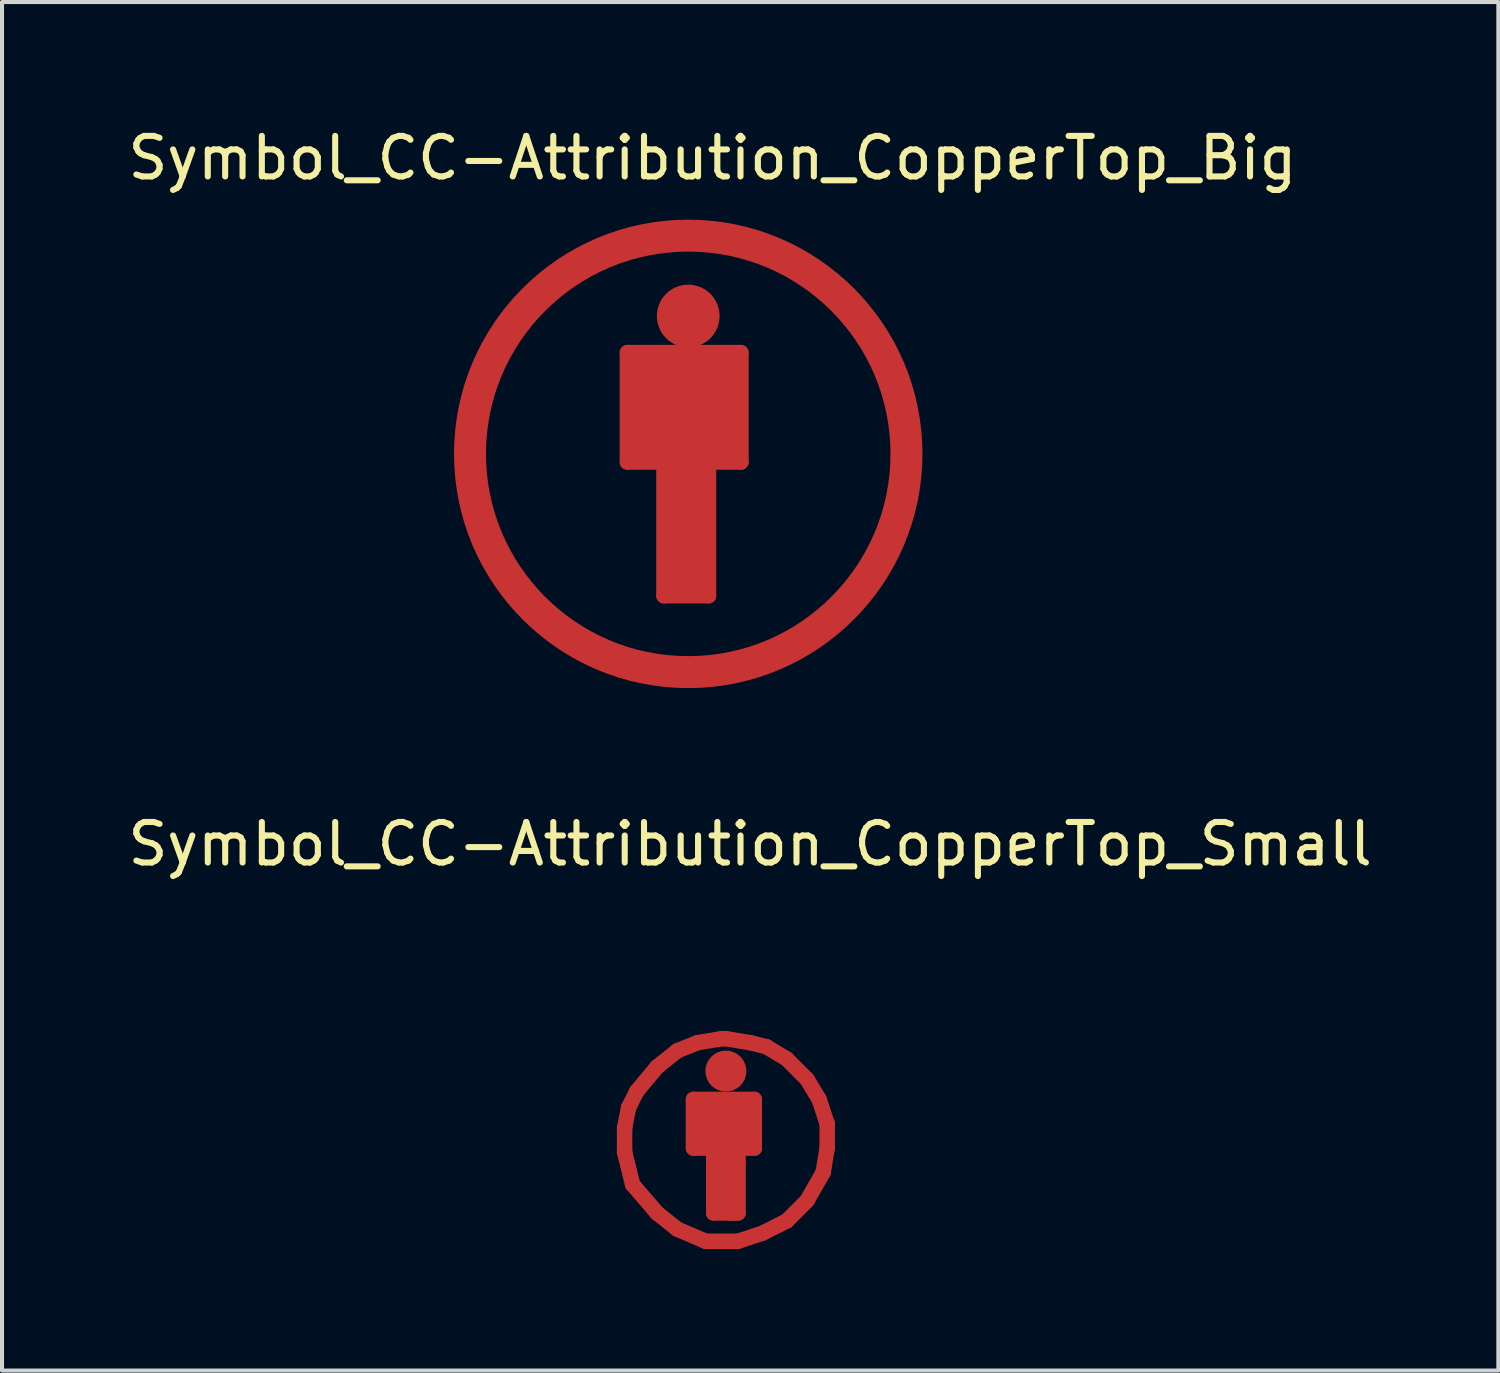
<source format=kicad_pcb>
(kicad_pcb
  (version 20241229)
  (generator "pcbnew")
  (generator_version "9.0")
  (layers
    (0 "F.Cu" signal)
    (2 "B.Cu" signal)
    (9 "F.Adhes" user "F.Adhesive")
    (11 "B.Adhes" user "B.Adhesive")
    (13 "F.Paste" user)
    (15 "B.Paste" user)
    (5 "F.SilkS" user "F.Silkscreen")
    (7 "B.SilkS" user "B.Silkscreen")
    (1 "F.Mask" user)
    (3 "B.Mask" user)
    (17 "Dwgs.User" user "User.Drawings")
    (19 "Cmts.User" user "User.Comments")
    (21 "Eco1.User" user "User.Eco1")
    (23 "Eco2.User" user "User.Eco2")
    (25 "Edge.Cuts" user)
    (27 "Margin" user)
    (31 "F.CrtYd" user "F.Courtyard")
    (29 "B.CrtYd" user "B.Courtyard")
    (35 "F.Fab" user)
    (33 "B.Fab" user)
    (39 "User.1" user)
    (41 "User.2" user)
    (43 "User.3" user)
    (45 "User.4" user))
  (footprint "Symbol_CC-Attribution_CopperTop_Small"
    (layer "F.Cu")
    (at 14.859 25.075)
    (property "Reference" "Symbol_CC-Attribution_CopperTop_Small" (at 0.599 -7.3 0) (layer "F.SilkS") (effects (font (size 1 1) (thickness 0.15))))
    (attr through_hole)
    (fp_line (start -2.499 -0.3) (end -2.499 0.3) (stroke (width 0.381) (type solid)) (layer "F.Cu"))
    (fp_line (start -2.499 0.3) (end -2.301 1.1) (stroke (width 0.381) (type solid)) (layer "F.Cu"))
    (fp_line (start -2.4 -0.8) (end -2.499 -0.3) (stroke (width 0.381) (type solid)) (layer "F.Cu"))
    (fp_line (start -2.301 1.1) (end -1.699 1.801) (stroke (width 0.381) (type solid)) (layer "F.Cu"))
    (fp_line (start -2.2 -1.199) (end -2.4 -0.8) (stroke (width 0.381) (type solid)) (layer "F.Cu"))
    (fp_line (start -1.699 -1.801) (end -2.2 -1.199) (stroke (width 0.381) (type solid)) (layer "F.Cu"))
    (fp_line (start -1.699 1.801) (end -1.199 2.2) (stroke (width 0.381) (type solid)) (layer "F.Cu"))
    (fp_line (start -1.199 -2.2) (end -1.699 -1.801) (stroke (width 0.381) (type solid)) (layer "F.Cu"))
    (fp_line (start -1.199 2.2) (end -0.5 2.499) (stroke (width 0.381) (type solid)) (layer "F.Cu"))
    (fp_line (start -0.8 -1.001) (end 0.701 -1.001) (stroke (width 0.381) (type solid)) (layer "F.Cu"))
    (fp_line (start -0.8 -0.099) (end 0.5 -0.099) (stroke (width 0.381) (type solid)) (layer "F.Cu"))
    (fp_line (start -0.8 0.201) (end -0.8 -1.001) (stroke (width 0.381) (type solid)) (layer "F.Cu"))
    (fp_line (start -0.701 -2.4) (end -1.199 -2.2) (stroke (width 0.381) (type solid)) (layer "F.Cu"))
    (fp_line (start -0.701 -0.701) (end 0.599 -0.701) (stroke (width 0.381) (type solid)) (layer "F.Cu"))
    (fp_line (start -0.5 2.499) (end 0.3 2.499) (stroke (width 0.381) (type solid)) (layer "F.Cu"))
    (fp_line (start -0.3 0.3) (end -0.3 1.801) (stroke (width 0.381) (type solid)) (layer "F.Cu"))
    (fp_line (start -0.3 1.801) (end 0.201 1.801) (stroke (width 0.381) (type solid)) (layer "F.Cu"))
    (fp_line (start -0.099 -2.499) (end -0.701 -2.4) (stroke (width 0.381) (type solid)) (layer "F.Cu"))
    (fp_line (start 0 -2.499) (end -0.099 -2.499) (stroke (width 0.381) (type solid)) (layer "F.Cu"))
    (fp_line (start 0 -1.9) (end 0 -1.501) (stroke (width 0.381) (type solid)) (layer "F.Cu"))
    (fp_line (start 0 0.3) (end 0 1.6) (stroke (width 0.381) (type solid)) (layer "F.Cu"))
    (fp_line (start 0.099 1.801) (end 0.3 1.801) (stroke (width 0.381) (type solid)) (layer "F.Cu"))
    (fp_line (start 0.3 1.801) (end 0.3 0.201) (stroke (width 0.381) (type solid)) (layer "F.Cu"))
    (fp_line (start 0.3 2.499) (end 0.899 2.301) (stroke (width 0.381) (type solid)) (layer "F.Cu"))
    (fp_line (start 0.5 -0.399) (end -0.701 -0.399) (stroke (width 0.381) (type solid)) (layer "F.Cu"))
    (fp_line (start 0.599 -2.4) (end 0 -2.499) (stroke (width 0.381) (type solid)) (layer "F.Cu"))
    (fp_line (start 0.701 -1.001) (end 0.701 0.201) (stroke (width 0.381) (type solid)) (layer "F.Cu"))
    (fp_line (start 0.701 0.201) (end -0.8 0.201) (stroke (width 0.381) (type solid)) (layer "F.Cu"))
    (fp_line (start 0.899 2.301) (end 1.501 1.999) (stroke (width 0.381) (type solid)) (layer "F.Cu"))
    (fp_line (start 1.001 -2.301) (end 0.599 -2.4) (stroke (width 0.381) (type solid)) (layer "F.Cu"))
    (fp_line (start 1.501 -1.999) (end 1.001 -2.301) (stroke (width 0.381) (type solid)) (layer "F.Cu"))
    (fp_line (start 1.501 1.999) (end 1.999 1.501) (stroke (width 0.381) (type solid)) (layer "F.Cu"))
    (fp_line (start 1.999 -1.501) (end 1.501 -1.999) (stroke (width 0.381) (type solid)) (layer "F.Cu"))
    (fp_line (start 1.999 1.501) (end 2.4 0.8) (stroke (width 0.381) (type solid)) (layer "F.Cu"))
    (fp_line (start 2.301 -1.001) (end 1.999 -1.501) (stroke (width 0.381) (type solid)) (layer "F.Cu"))
    (fp_line (start 2.4 0.8) (end 2.499 0.201) (stroke (width 0.381) (type solid)) (layer "F.Cu"))
    (fp_line (start 2.499 -0.399) (end 2.301 -1.001) (stroke (width 0.381) (type solid)) (layer "F.Cu"))
    (fp_line (start 2.499 0.201) (end 2.499 -0.399) (stroke (width 0.381) (type solid)) (layer "F.Cu"))
    (fp_circle (center 0 -1.699) (end 0.099 -1.4) (stroke (width 0.381) (type solid)) (fill no) (layer "F.Cu")))
  (footprint "Symbol_CC-Attribution_CopperTop_Big"
    (layer "F.Cu")
    (at 13.93 8.148)
    (property "Reference" "Symbol_CC-Attribution_CopperTop_Big" (at 0.599 -7.3 0) (layer "F.SilkS") (effects (font (size 1 1) (thickness 0.15))))
    (attr through_hole)
    (fp_line (start -5.4 0.099) (end -5.199 1.3) (stroke (width 0.381) (type solid)) (layer "F.Cu"))
    (fp_line (start -5.301 -1.1) (end -5.4 0.099) (stroke (width 0.381) (type solid)) (layer "F.Cu"))
    (fp_line (start -5.199 1.3) (end -4.801 2.4) (stroke (width 0.381) (type solid)) (layer "F.Cu"))
    (fp_line (start -5.001 -2.101) (end -5.301 -1.1) (stroke (width 0.381) (type solid)) (layer "F.Cu"))
    (fp_line (start -4.801 2.4) (end -3.8 3.899) (stroke (width 0.381) (type solid)) (layer "F.Cu"))
    (fp_line (start -4.501 -3) (end -5.001 -2.101) (stroke (width 0.381) (type solid)) (layer "F.Cu"))
    (fp_line (start -4 -3.599) (end -4.501 -3) (stroke (width 0.381) (type solid)) (layer "F.Cu"))
    (fp_line (start -3.8 3.899) (end -2.601 4.801) (stroke (width 0.381) (type solid)) (layer "F.Cu"))
    (fp_line (start -3.299 -4.201) (end -4 -3.599) (stroke (width 0.381) (type solid)) (layer "F.Cu"))
    (fp_line (start -2.7 -4.699) (end -3.299 -4.201) (stroke (width 0.381) (type solid)) (layer "F.Cu"))
    (fp_line (start -2.601 4.801) (end -1.3 5.301) (stroke (width 0.381) (type solid)) (layer "F.Cu"))
    (fp_line (start -1.999 -4.9) (end -2.7 -4.699) (stroke (width 0.381) (type solid)) (layer "F.Cu"))
    (fp_line (start -1.501 -2.499) (end 1.3 -2.499) (stroke (width 0.381) (type solid)) (layer "F.Cu"))
    (fp_line (start -1.501 0.201) (end -1.501 -2.499) (stroke (width 0.381) (type solid)) (layer "F.Cu"))
    (fp_line (start -1.4 -2.2) (end 1.1 -2.2) (stroke (width 0.381) (type solid)) (layer "F.Cu"))
    (fp_line (start -1.4 -1.9) (end -1.4 -1.501) (stroke (width 0.381) (type solid)) (layer "F.Cu"))
    (fp_line (start -1.4 -1.6) (end 1.199 -1.6) (stroke (width 0.381) (type solid)) (layer "F.Cu"))
    (fp_line (start -1.4 -1.501) (end -1.4 -1.6) (stroke (width 0.381) (type solid)) (layer "F.Cu"))
    (fp_line (start -1.4 -0.8) (end -1.4 -0.5) (stroke (width 0.381) (type solid)) (layer "F.Cu"))
    (fp_line (start -1.4 -0.5) (end 1.1 -0.5) (stroke (width 0.381) (type solid)) (layer "F.Cu"))
    (fp_line (start -1.4 -0.3) (end -1.4 -0.099) (stroke (width 0.381) (type solid)) (layer "F.Cu"))
    (fp_line (start -1.4 -0.099) (end 1.1 -0.099) (stroke (width 0.381) (type solid)) (layer "F.Cu"))
    (fp_line (start -1.3 -5.1) (end -1.999 -4.9) (stroke (width 0.381) (type solid)) (layer "F.Cu"))
    (fp_line (start -1.3 -1.3) (end -1.3 -1.1) (stroke (width 0.381) (type solid)) (layer "F.Cu"))
    (fp_line (start -1.3 -1.1) (end 1.1 -1.1) (stroke (width 0.381) (type solid)) (layer "F.Cu"))
    (fp_line (start -1.3 5.301) (end 0.099 5.301) (stroke (width 0.381) (type solid)) (layer "F.Cu"))
    (fp_line (start -0.599 0.3) (end -0.599 3.5) (stroke (width 0.381) (type solid)) (layer "F.Cu"))
    (fp_line (start -0.599 3.5) (end 0.5 3.5) (stroke (width 0.381) (type solid)) (layer "F.Cu"))
    (fp_line (start -0.5 -5.4) (end -1.3 -5.1) (stroke (width 0.381) (type solid)) (layer "F.Cu"))
    (fp_line (start -0.399 0.3) (end -0.399 3.299) (stroke (width 0.381) (type solid)) (layer "F.Cu"))
    (fp_line (start -0.399 3.299) (end -0.201 3.299) (stroke (width 0.381) (type solid)) (layer "F.Cu"))
    (fp_line (start -0.3 -3.8) (end -0.3 -3.099) (stroke (width 0.381) (type solid)) (layer "F.Cu"))
    (fp_line (start -0.201 0.3) (end 0.099 0.3) (stroke (width 0.381) (type solid)) (layer "F.Cu"))
    (fp_line (start -0.201 3.299) (end -0.201 0.3) (stroke (width 0.381) (type solid)) (layer "F.Cu"))
    (fp_line (start 0 -5.4) (end -0.5 -5.4) (stroke (width 0.381) (type solid)) (layer "F.Cu"))
    (fp_line (start 0 -3.8) (end 0 -3) (stroke (width 0.381) (type solid)) (layer "F.Cu"))
    (fp_line (start 0.099 0.3) (end 0.099 3.401) (stroke (width 0.381) (type solid)) (layer "F.Cu"))
    (fp_line (start 0.099 3.401) (end 0.3 3.401) (stroke (width 0.381) (type solid)) (layer "F.Cu"))
    (fp_line (start 0.099 5.301) (end 1.6 5.199) (stroke (width 0.381) (type solid)) (layer "F.Cu"))
    (fp_line (start 0.3 -3.8) (end 0.3 -3) (stroke (width 0.381) (type solid)) (layer "F.Cu"))
    (fp_line (start 0.3 3.401) (end 0.3 0.3) (stroke (width 0.381) (type solid)) (layer "F.Cu"))
    (fp_line (start 0.5 3.5) (end 0.5 0.3) (stroke (width 0.381) (type solid)) (layer "F.Cu"))
    (fp_line (start 1.1 -1.1) (end 1.1 -0.8) (stroke (width 0.381) (type solid)) (layer "F.Cu"))
    (fp_line (start 1.1 -0.8) (end -1.4 -0.8) (stroke (width 0.381) (type solid)) (layer "F.Cu"))
    (fp_line (start 1.1 -0.5) (end 1.1 -0.3) (stroke (width 0.381) (type solid)) (layer "F.Cu"))
    (fp_line (start 1.1 -0.3) (end -1.4 -0.3) (stroke (width 0.381) (type solid)) (layer "F.Cu"))
    (fp_line (start 1.199 -1.9) (end -1.4 -1.9) (stroke (width 0.381) (type solid)) (layer "F.Cu"))
    (fp_line (start 1.199 -1.6) (end 1.199 -1.3) (stroke (width 0.381) (type solid)) (layer "F.Cu"))
    (fp_line (start 1.199 -1.3) (end -1.3 -1.3) (stroke (width 0.381) (type solid)) (layer "F.Cu"))
    (fp_line (start 1.3 -2.499) (end 1.3 0.201) (stroke (width 0.381) (type solid)) (layer "F.Cu"))
    (fp_line (start 1.3 0.201) (end -1.501 0.201) (stroke (width 0.381) (type solid)) (layer "F.Cu"))
    (fp_line (start 1.4 -5.199) (end 0 -5.301) (stroke (width 0.381) (type solid)) (layer "F.Cu"))
    (fp_line (start 1.6 5.199) (end 2.601 4.699) (stroke (width 0.381) (type solid)) (layer "F.Cu"))
    (fp_line (start 2.4 -4.801) (end 1.4 -5.199) (stroke (width 0.381) (type solid)) (layer "F.Cu"))
    (fp_line (start 2.601 4.699) (end 4.201 3.401) (stroke (width 0.381) (type solid)) (layer "F.Cu"))
    (fp_line (start 3.401 -4.1) (end 2.4 -4.801) (stroke (width 0.381) (type solid)) (layer "F.Cu"))
    (fp_line (start 4.201 3.401) (end 5.001 1.801) (stroke (width 0.381) (type solid)) (layer "F.Cu"))
    (fp_line (start 4.699 -2.499) (end 3.401 -4.1) (stroke (width 0.381) (type solid)) (layer "F.Cu"))
    (fp_line (start 5.001 1.801) (end 5.4 0.3) (stroke (width 0.381) (type solid)) (layer "F.Cu"))
    (fp_line (start 5.199 -1.4) (end 4.699 -2.499) (stroke (width 0.381) (type solid)) (layer "F.Cu"))
    (fp_line (start 5.4 0.3) (end 5.199 -1.4) (stroke (width 0.381) (type solid)) (layer "F.Cu"))
    (fp_circle (center 0 -3.401) (end 0.3 -2.901) (stroke (width 0.381) (type solid)) (fill no) (layer "F.Cu"))
    (fp_circle (center 0 0) (end 5.08 1.016) (stroke (width 0.381) (type solid)) (fill no) (layer "F.Cu"))
    (fp_circle (center 0 0) (end 5.588 0) (stroke (width 0.381) (type solid)) (fill no) (layer "F.Cu")))
  (gr_rect
    (start -3 -3)
    (end 33.917 30.765)
    (stroke (width 0.1) (type default))
    (fill no)
    (layer "Edge.Cuts")))
</source>
